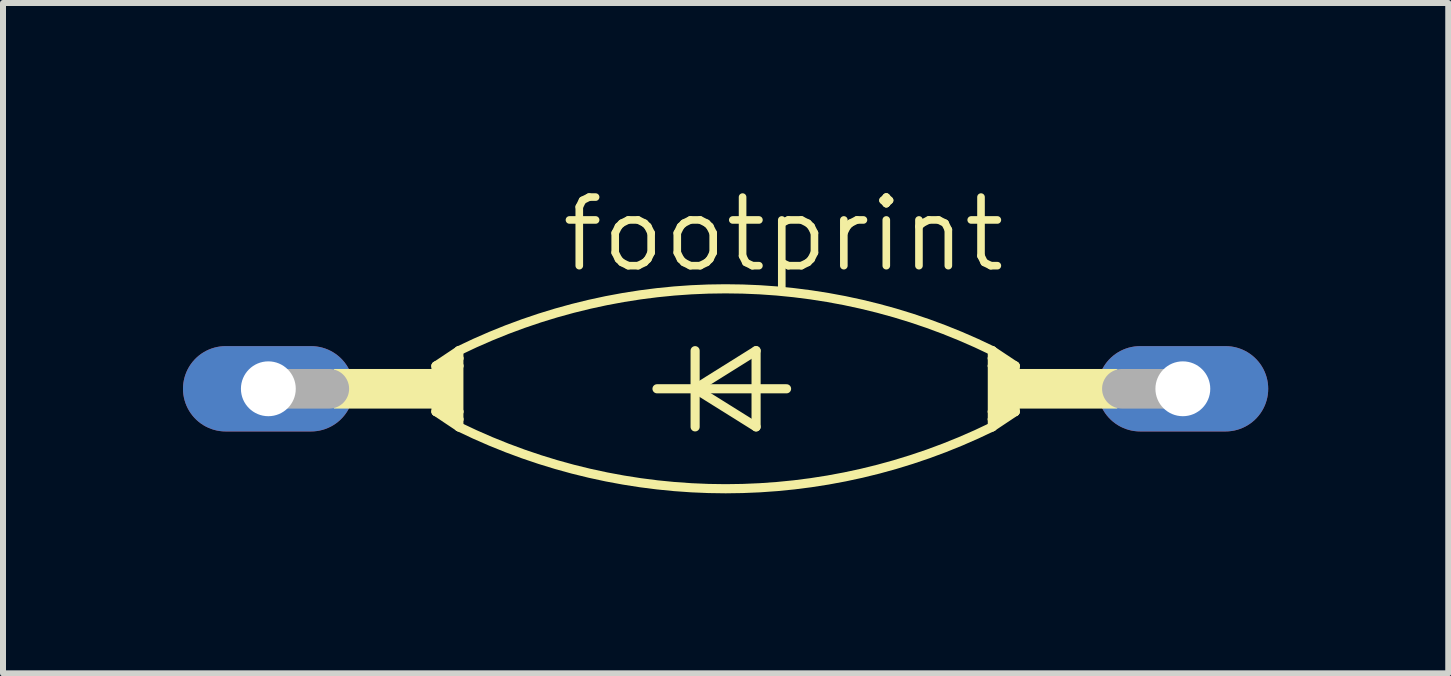
<source format=kicad_pcb>
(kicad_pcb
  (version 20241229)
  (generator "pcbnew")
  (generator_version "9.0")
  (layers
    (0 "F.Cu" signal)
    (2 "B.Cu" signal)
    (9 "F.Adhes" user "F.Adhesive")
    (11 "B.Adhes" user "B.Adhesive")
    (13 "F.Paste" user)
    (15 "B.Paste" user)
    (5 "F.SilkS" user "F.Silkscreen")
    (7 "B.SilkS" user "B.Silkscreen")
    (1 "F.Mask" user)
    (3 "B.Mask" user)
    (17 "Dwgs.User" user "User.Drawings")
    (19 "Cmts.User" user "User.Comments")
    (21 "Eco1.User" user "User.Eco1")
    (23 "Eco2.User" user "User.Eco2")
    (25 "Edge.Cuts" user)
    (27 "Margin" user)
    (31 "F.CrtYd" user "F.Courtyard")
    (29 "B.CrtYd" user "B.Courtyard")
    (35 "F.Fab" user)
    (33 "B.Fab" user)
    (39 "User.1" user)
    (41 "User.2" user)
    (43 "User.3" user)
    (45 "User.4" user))
  (footprint "footprint"
    (layer "F.Cu")
    (at 9.042 3.429)
    (property "Reference" "footprint" (at -2.794 -1.905 0) (layer "F.SilkS") (effects (font (size 1.143 1.143) (thickness 0.127)) (justify left bottom)))
    (fp_line (start -4.826 -0.381) (end -4.826 0.381) (stroke (width 0.152) (type solid)) (layer "F.SilkS"))
    (fp_line (start -4.826 -0.381) (end -4.699 -0.381) (stroke (width 0.152) (type solid)) (layer "F.SilkS"))
    (fp_line (start -4.826 0.381) (end -4.699 0.381) (stroke (width 0.152) (type solid)) (layer "F.SilkS"))
    (fp_line (start -4.826 0.381) (end -4.445 0.635) (stroke (width 0.152) (type solid)) (layer "F.SilkS"))
    (fp_line (start -4.699 -0.381) (end -4.445 -0.381) (stroke (width 0.152) (type solid)) (layer "F.SilkS"))
    (fp_line (start -4.699 0.381) (end -4.445 0.381) (stroke (width 0.152) (type solid)) (layer "F.SilkS"))
    (fp_line (start -4.445 -0.635) (end -4.826 -0.381) (stroke (width 0.152) (type solid)) (layer "F.SilkS"))
    (fp_line (start -4.445 -0.635) (end -4.445 -0.508) (stroke (width 0.152) (type solid)) (layer "F.SilkS"))
    (fp_line (start -4.445 -0.508) (end -4.699 -0.381) (stroke (width 0.152) (type solid)) (layer "F.SilkS"))
    (fp_line (start -4.445 -0.508) (end -4.445 -0.381) (stroke (width 0.152) (type solid)) (layer "F.SilkS"))
    (fp_line (start -4.445 -0.381) (end -4.445 0.381) (stroke (width 0.152) (type solid)) (layer "F.SilkS"))
    (fp_line (start -4.445 0.381) (end -4.445 0.508) (stroke (width 0.152) (type solid)) (layer "F.SilkS"))
    (fp_line (start -4.445 0.508) (end -4.699 0.381) (stroke (width 0.152) (type solid)) (layer "F.SilkS"))
    (fp_line (start -4.445 0.508) (end -4.445 0.635) (stroke (width 0.152) (type solid)) (layer "F.SilkS"))
    (fp_line (start -1.143 0) (end -0.508 0) (stroke (width 0.152) (type solid)) (layer "F.SilkS"))
    (fp_line (start -0.508 -0.635) (end -0.508 0) (stroke (width 0.152) (type solid)) (layer "F.SilkS"))
    (fp_line (start -0.508 0) (end -0.508 0.635) (stroke (width 0.152) (type solid)) (layer "F.SilkS"))
    (fp_line (start -0.508 0) (end 0.508 -0.635) (stroke (width 0.152) (type solid)) (layer "F.SilkS"))
    (fp_line (start -0.508 0) (end 1.016 0) (stroke (width 0.152) (type solid)) (layer "F.SilkS"))
    (fp_line (start 0.508 -0.635) (end 0.508 0.635) (stroke (width 0.152) (type solid)) (layer "F.SilkS"))
    (fp_line (start 0.508 0.635) (end -0.508 0) (stroke (width 0.152) (type solid)) (layer "F.SilkS"))
    (fp_line (start 4.445 -0.635) (end 4.826 -0.381) (stroke (width 0.152) (type solid)) (layer "F.SilkS"))
    (fp_line (start 4.445 -0.508) (end 4.445 -0.635) (stroke (width 0.152) (type solid)) (layer "F.SilkS"))
    (fp_line (start 4.445 -0.508) (end 4.699 -0.381) (stroke (width 0.152) (type solid)) (layer "F.SilkS"))
    (fp_line (start 4.445 -0.381) (end 4.445 -0.508) (stroke (width 0.152) (type solid)) (layer "F.SilkS"))
    (fp_line (start 4.445 0.381) (end 4.445 -0.381) (stroke (width 0.152) (type solid)) (layer "F.SilkS"))
    (fp_line (start 4.445 0.508) (end 4.445 0.381) (stroke (width 0.152) (type solid)) (layer "F.SilkS"))
    (fp_line (start 4.445 0.508) (end 4.699 0.381) (stroke (width 0.152) (type solid)) (layer "F.SilkS"))
    (fp_line (start 4.445 0.635) (end 4.445 0.508) (stroke (width 0.152) (type solid)) (layer "F.SilkS"))
    (fp_line (start 4.445 0.635) (end 4.826 0.381) (stroke (width 0.152) (type solid)) (layer "F.SilkS"))
    (fp_line (start 4.699 -0.381) (end 4.445 -0.381) (stroke (width 0.152) (type solid)) (layer "F.SilkS"))
    (fp_line (start 4.699 0.381) (end 4.445 0.381) (stroke (width 0.152) (type solid)) (layer "F.SilkS"))
    (fp_line (start 4.826 -0.381) (end 4.699 -0.381) (stroke (width 0.152) (type solid)) (layer "F.SilkS"))
    (fp_line (start 4.826 -0.381) (end 4.826 0.381) (stroke (width 0.152) (type solid)) (layer "F.SilkS"))
    (fp_line (start 4.826 0.381) (end 4.699 0.381) (stroke (width 0.152) (type solid)) (layer "F.SilkS"))
    (fp_arc (start -4.445 -0.635) (mid -0.001166 -1.665852) (end 4.4429 -0.636001) (stroke (width 0.1524) (type solid)) (layer "F.SilkS"))
    (fp_arc (start 4.444999 0.635) (mid 0.001165 1.665851) (end -4.4429 0.636) (stroke (width 0.1524) (type solid)) (layer "F.SilkS"))
    (fp_poly (pts (xy -6.528 0.33) (xy -4.826 0.33) (xy -4.826 -0.33) (xy -6.528 -0.33)) (stroke (width 0) (type solid)) (fill yes) (layer "F.SilkS"))
    (fp_poly (pts (xy -4.826 0.381) (xy -4.445 0.381) (xy -4.445 -0.381) (xy -4.826 -0.381)) (stroke (width 0) (type solid)) (fill yes) (layer "F.SilkS"))
    (fp_poly (pts (xy 4.445 0.381) (xy 4.826 0.381) (xy 4.826 -0.381) (xy 4.445 -0.381)) (stroke (width 0) (type solid)) (fill yes) (layer "F.SilkS"))
    (fp_poly (pts (xy 4.826 0.33) (xy 6.528 0.33) (xy 6.528 -0.33) (xy 4.826 -0.33)) (stroke (width 0) (type solid)) (fill yes) (layer "F.SilkS"))
    (fp_line (start -7.62 0) (end -6.604 0) (stroke (width 0.66) (type solid)) (layer "F.Fab"))
    (fp_line (start 7.62 0) (end 6.604 0) (stroke (width 0.66) (type solid)) (layer "F.Fab"))
    (pad "A" thru_hole oval (at 7.62 0) (size 2.845 1.422) (drill 0.914) (layers "*.Cu" "*.Mask"))
    (pad "C" thru_hole oval (at -7.62 0) (size 2.845 1.422) (drill 0.914) (layers "*.Cu" "*.Mask")))
  (gr_rect
    (start -3 -3)
    (end 21.085 8.171)
    (stroke (width 0.1) (type default))
    (fill no)
    (layer "Edge.Cuts")))
</source>
